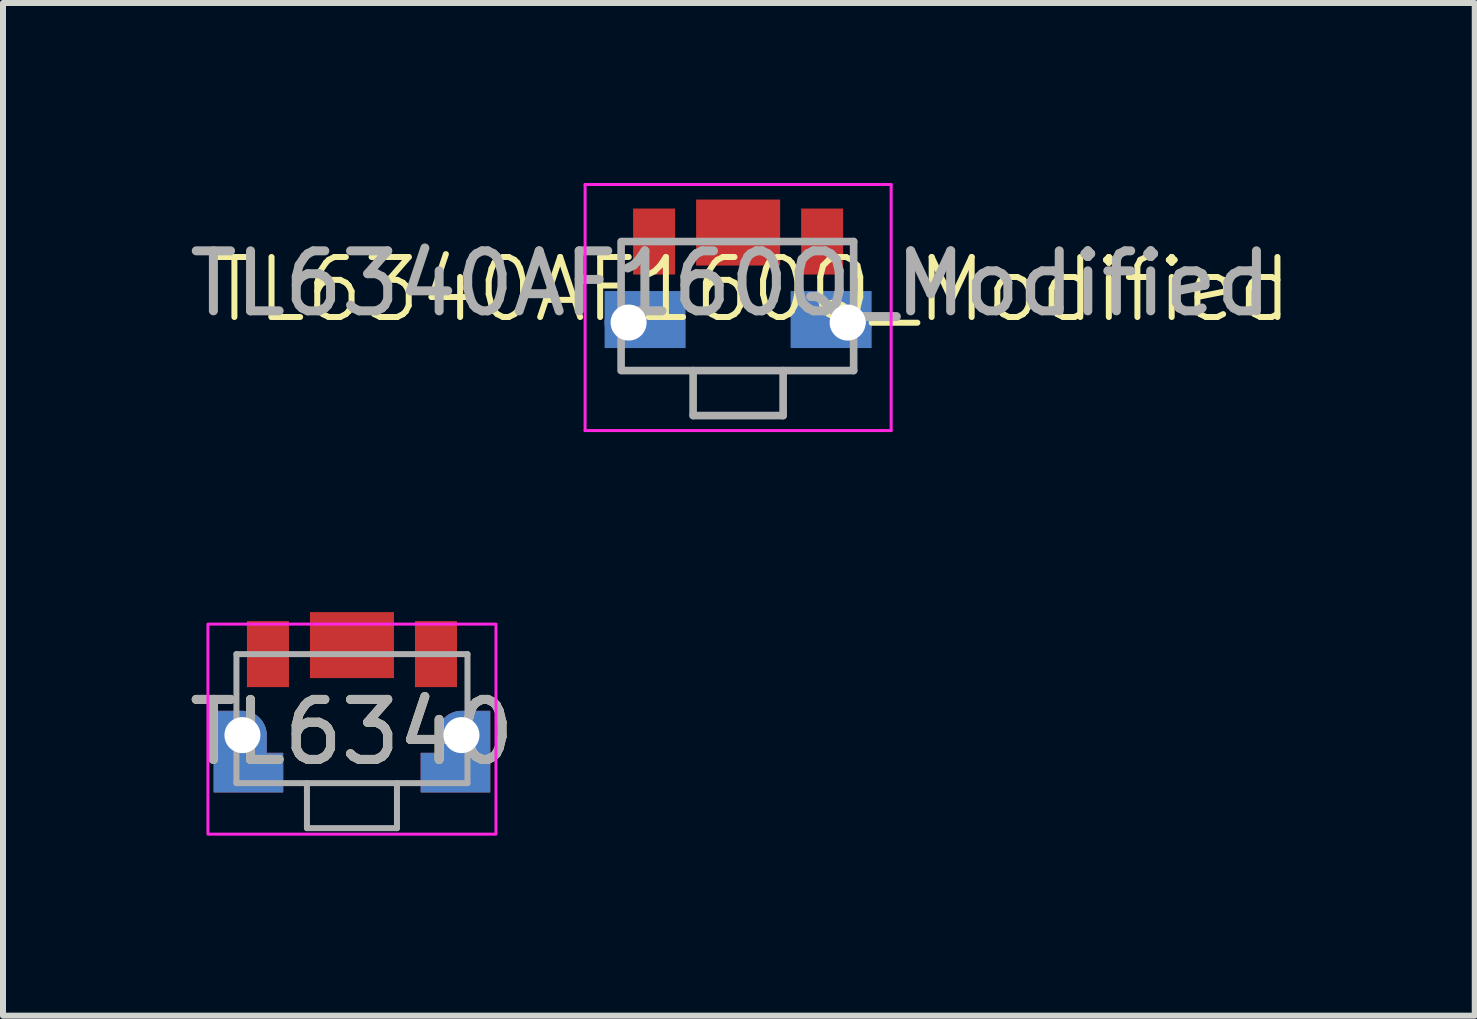
<source format=kicad_pcb>
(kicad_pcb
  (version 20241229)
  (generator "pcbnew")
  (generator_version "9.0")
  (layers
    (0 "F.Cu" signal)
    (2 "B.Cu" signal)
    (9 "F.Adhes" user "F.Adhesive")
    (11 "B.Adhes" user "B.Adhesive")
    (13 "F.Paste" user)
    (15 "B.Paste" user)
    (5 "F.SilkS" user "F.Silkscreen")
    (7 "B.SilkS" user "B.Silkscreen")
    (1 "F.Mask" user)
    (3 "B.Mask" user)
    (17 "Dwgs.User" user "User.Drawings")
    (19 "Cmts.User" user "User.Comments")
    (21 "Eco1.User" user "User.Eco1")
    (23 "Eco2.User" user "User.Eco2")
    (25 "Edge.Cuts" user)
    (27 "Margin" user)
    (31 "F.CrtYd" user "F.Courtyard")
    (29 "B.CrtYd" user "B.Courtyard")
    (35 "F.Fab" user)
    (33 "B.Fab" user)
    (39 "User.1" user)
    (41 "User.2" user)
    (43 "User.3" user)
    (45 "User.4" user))
  (footprint "TL6340"
    (layer "F.Cu")
    (at 2.815 9.15)
    (property "Reference" "TL6340" (at 0 0 0) (unlocked yes) (layer "F.SilkS") (effects (font (size 1 1) (thickness 0.15))))
    (attr smd)
    (fp_poly (pts (xy -1.15 1) (xy -2.3 1) (xy -2.3 -0.35) (xy -1.825 -0.35) (xy -1.804 -0.349) (xy -1.783 -0.348) (xy -1.762 -0.345) (xy -1.742 -0.341) (xy -1.721 -0.336) (xy -1.701 -0.33) (xy -1.682 -0.323) (xy -1.662 -0.315) (xy -1.643 -0.306) (xy -1.625 -0.296) (xy -1.607 -0.285) (xy -1.59 -0.274) (xy -1.573 -0.261) (xy -1.557 -0.247) (xy -1.542 -0.233) (xy -1.528 -0.218) (xy -1.514 -0.202) (xy -1.501 -0.185) (xy -1.49 -0.168) (xy -1.479 -0.15) (xy -1.469 -0.132) (xy -1.46 -0.113) (xy -1.452 -0.093) (xy -1.445 -0.074) (xy -1.439 -0.054) (xy -1.434 -0.033) (xy -1.43 -0.013) (xy -1.427 0.008) (xy -1.426 0.029) (xy -1.425 0.05) (xy -1.425 0.35) (xy -1.15 0.35) (xy -1.15 1)) (stroke (width 0.01) (type solid)) (fill yes) (layer "F.Cu"))
    (fp_poly (pts (xy 2.295 1) (xy 2.3 1) (xy 2.3 -0.35) (xy 1.825 -0.35) (xy 1.804 -0.349) (xy 1.783 -0.348) (xy 1.762 -0.345) (xy 1.742 -0.341) (xy 1.721 -0.336) (xy 1.701 -0.33) (xy 1.682 -0.323) (xy 1.662 -0.315) (xy 1.643 -0.306) (xy 1.625 -0.296) (xy 1.607 -0.285) (xy 1.59 -0.274) (xy 1.573 -0.261) (xy 1.557 -0.247) (xy 1.542 -0.233) (xy 1.528 -0.218) (xy 1.514 -0.202) (xy 1.501 -0.185) (xy 1.49 -0.168) (xy 1.479 -0.15) (xy 1.469 -0.132) (xy 1.46 -0.113) (xy 1.452 -0.093) (xy 1.445 -0.074) (xy 1.439 -0.054) (xy 1.434 -0.033) (xy 1.43 -0.013) (xy 1.427 0.008) (xy 1.426 0.029) (xy 1.425 0.05) (xy 1.425 0.35) (xy 1.15 0.35) (xy 1.15 1) (xy 2.295 1)) (stroke (width 0.01) (type solid)) (fill yes) (layer "F.Cu"))
    (fp_poly (pts (xy -1.325 0.25) (xy -1.05 0.25) (xy -1.05 1.1) (xy -2.4 1.1) (xy -2.4 -0.45) (xy -1.825 -0.45) (xy -1.799 -0.449) (xy -1.773 -0.447) (xy -1.747 -0.444) (xy -1.721 -0.439) (xy -1.696 -0.433) (xy -1.67 -0.426) (xy -1.646 -0.417) (xy -1.622 -0.407) (xy -1.598 -0.396) (xy -1.575 -0.383) (xy -1.553 -0.369) (xy -1.531 -0.355) (xy -1.51 -0.339) (xy -1.49 -0.322) (xy -1.471 -0.304) (xy -1.453 -0.285) (xy -1.436 -0.265) (xy -1.42 -0.244) (xy -1.406 -0.222) (xy -1.392 -0.2) (xy -1.379 -0.177) (xy -1.368 -0.153) (xy -1.358 -0.129) (xy -1.349 -0.105) (xy -1.342 -0.079) (xy -1.336 -0.054) (xy -1.331 -0.028) (xy -1.328 -0.002) (xy -1.326 0.024) (xy -1.325 0.05) (xy -1.325 0.25)) (stroke (width 0.01) (type solid)) (fill yes) (layer "F.Mask"))
    (fp_poly (pts (xy 1.325 0.25) (xy 1.05 0.25) (xy 1.05 1.1) (xy 1.075 1.1) (xy 2.4 1.1) (xy 2.4 -0.45) (xy 1.825 -0.45) (xy 1.799 -0.449) (xy 1.773 -0.447) (xy 1.747 -0.444) (xy 1.721 -0.439) (xy 1.696 -0.433) (xy 1.67 -0.426) (xy 1.646 -0.417) (xy 1.622 -0.407) (xy 1.598 -0.396) (xy 1.575 -0.383) (xy 1.553 -0.369) (xy 1.531 -0.355) (xy 1.51 -0.339) (xy 1.49 -0.322) (xy 1.471 -0.304) (xy 1.453 -0.285) (xy 1.436 -0.265) (xy 1.42 -0.244) (xy 1.406 -0.222) (xy 1.392 -0.2) (xy 1.379 -0.177) (xy 1.368 -0.153) (xy 1.358 -0.129) (xy 1.349 -0.105) (xy 1.342 -0.079) (xy 1.336 -0.054) (xy 1.331 -0.028) (xy 1.328 -0.002) (xy 1.326 0.024) (xy 1.325 0.05) (xy 1.325 0.25)) (stroke (width 0.01) (type solid)) (fill yes) (layer "F.Mask"))
    (fp_poly (pts (xy -1.15 1) (xy -2.3 1) (xy -2.3 -0.35) (xy -1.825 -0.35) (xy -1.804 -0.349) (xy -1.783 -0.348) (xy -1.762 -0.345) (xy -1.742 -0.341) (xy -1.721 -0.336) (xy -1.701 -0.33) (xy -1.682 -0.323) (xy -1.662 -0.315) (xy -1.643 -0.306) (xy -1.625 -0.296) (xy -1.607 -0.285) (xy -1.59 -0.274) (xy -1.573 -0.261) (xy -1.557 -0.247) (xy -1.542 -0.233) (xy -1.528 -0.218) (xy -1.514 -0.202) (xy -1.501 -0.185) (xy -1.49 -0.168) (xy -1.479 -0.15) (xy -1.469 -0.132) (xy -1.46 -0.113) (xy -1.452 -0.093) (xy -1.445 -0.074) (xy -1.439 -0.054) (xy -1.434 -0.033) (xy -1.43 -0.013) (xy -1.427 0.008) (xy -1.426 0.029) (xy -1.425 0.05) (xy -1.425 0.35) (xy -1.15 0.35) (xy -1.15 1)) (stroke (width 0.01) (type solid)) (fill yes) (layer "B.Cu"))
    (fp_poly (pts (xy 1.15 1) (xy 2.3 1) (xy 2.3 -0.35) (xy 1.825 -0.35) (xy 1.804 -0.349) (xy 1.783 -0.348) (xy 1.762 -0.345) (xy 1.742 -0.341) (xy 1.721 -0.336) (xy 1.701 -0.33) (xy 1.682 -0.323) (xy 1.662 -0.315) (xy 1.643 -0.306) (xy 1.625 -0.296) (xy 1.607 -0.285) (xy 1.59 -0.274) (xy 1.573 -0.261) (xy 1.557 -0.247) (xy 1.542 -0.233) (xy 1.528 -0.218) (xy 1.514 -0.202) (xy 1.501 -0.185) (xy 1.49 -0.168) (xy 1.479 -0.15) (xy 1.469 -0.132) (xy 1.46 -0.113) (xy 1.452 -0.093) (xy 1.445 -0.074) (xy 1.439 -0.054) (xy 1.434 -0.033) (xy 1.43 -0.013) (xy 1.427 0.008) (xy 1.426 0.029) (xy 1.425 0.05) (xy 1.425 0.35) (xy 1.15 0.35) (xy 1.15 1)) (stroke (width 0.01) (type solid)) (fill yes) (layer "B.Cu"))
    (fp_poly (pts (xy -1.325 0.25) (xy -1.05 0.25) (xy -1.05 1.1) (xy -2.4 1.1) (xy -2.4 -0.45) (xy -1.825 -0.45) (xy -1.799 -0.449) (xy -1.773 -0.447) (xy -1.747 -0.444) (xy -1.721 -0.439) (xy -1.696 -0.433) (xy -1.67 -0.426) (xy -1.646 -0.417) (xy -1.622 -0.407) (xy -1.598 -0.396) (xy -1.575 -0.383) (xy -1.553 -0.369) (xy -1.531 -0.355) (xy -1.51 -0.339) (xy -1.49 -0.322) (xy -1.471 -0.304) (xy -1.453 -0.285) (xy -1.436 -0.265) (xy -1.42 -0.244) (xy -1.406 -0.222) (xy -1.392 -0.2) (xy -1.379 -0.177) (xy -1.368 -0.153) (xy -1.358 -0.129) (xy -1.349 -0.105) (xy -1.342 -0.079) (xy -1.336 -0.054) (xy -1.331 -0.028) (xy -1.328 -0.002) (xy -1.326 0.024) (xy -1.325 0.05) (xy -1.325 0.25)) (stroke (width 0.01) (type solid)) (fill yes) (layer "B.Mask"))
    (fp_poly (pts (xy 1.325 0.25) (xy 1.05 0.25) (xy 1.05 1.1) (xy 2.4 1.1) (xy 2.4 -0.45) (xy 1.825 -0.45) (xy 1.799 -0.449) (xy 1.773 -0.447) (xy 1.747 -0.444) (xy 1.721 -0.439) (xy 1.696 -0.433) (xy 1.67 -0.426) (xy 1.646 -0.417) (xy 1.622 -0.407) (xy 1.598 -0.396) (xy 1.575 -0.383) (xy 1.553 -0.369) (xy 1.531 -0.355) (xy 1.51 -0.339) (xy 1.49 -0.322) (xy 1.471 -0.304) (xy 1.453 -0.285) (xy 1.436 -0.265) (xy 1.42 -0.244) (xy 1.406 -0.222) (xy 1.392 -0.2) (xy 1.379 -0.177) (xy 1.368 -0.153) (xy 1.358 -0.129) (xy 1.349 -0.105) (xy 1.342 -0.079) (xy 1.336 -0.054) (xy 1.331 -0.028) (xy 1.328 -0.002) (xy 1.326 0.024) (xy 1.325 0.05) (xy 1.325 0.25)) (stroke (width 0.01) (type solid)) (fill yes) (layer "B.Mask"))
    (fp_rect (start -2.4 -1.8) (end 2.4 1.7) (stroke (width 0.05) (type default)) (fill no) (layer "F.CrtYd"))
    (fp_line (start -1.925 -1.3) (end -1.925 0.85) (stroke (width 0.1) (type solid)) (layer "F.Fab"))
    (fp_line (start -0.75 1.6) (end -0.75 0.85) (stroke (width 0.1) (type solid)) (layer "F.Fab"))
    (fp_line (start 0.75 0.85) (end 0.75 1.6) (stroke (width 0.1) (type solid)) (layer "F.Fab"))
    (fp_line (start 0.75 1.6) (end -0.75 1.6) (stroke (width 0.1) (type solid)) (layer "F.Fab"))
    (fp_line (start 1.925 -1.3) (end -1.925 -1.3) (stroke (width 0.1) (type solid)) (layer "F.Fab"))
    (fp_line (start 1.925 0.85) (end -1.925 0.85) (stroke (width 0.1) (type solid)) (layer "F.Fab"))
    (fp_line (start 1.925 0.85) (end 1.925 -1.3) (stroke (width 0.1) (type solid)) (layer "F.Fab"))
    (fp_text user "${REFERENCE}" (at 0 0 0) (unlocked yes) (layer "F.Fab") (effects (font (size 1 1) (thickness 0.15))))
    (pad "1" smd rect (at 1.4 -1.3 180) (size 0.7 1.1) (layers "F.Cu" "F.Mask" "F.Paste"))
    (pad "2" smd rect (at -1.4 -1.3 180) (size 0.7 1.1) (layers "F.Cu" "F.Mask" "F.Paste"))
    (pad "SH" thru_hole circle (at -1.825 0.05 180) (size 0.8 0.8) (drill 0.6) (layers "*.Cu"))
    (pad "SH" smd rect (at 0 -1.45 180) (size 1.4 1.1) (layers "F.Cu" "F.Mask" "F.Paste"))
    (pad "SH" thru_hole circle (at 1.825 0.05 180) (size 0.8 0.8) (drill 0.6) (layers "*.Cu")))
  (footprint "TL6340AF160Q_Modified"
    (layer "F.Cu")
    (at 9.25 2.275)
    (property "Reference" "TL6340AF160Q_Modified" (at 0.225 -0.5 0) (unlocked yes) (layer "F.SilkS") (effects (font (size 1 1) (thickness 0.1))))
    (attr smd)
    (fp_line (start -2.55 -2.25) (end -2.55 1.85) (stroke (width 0.05) (type solid)) (layer "F.CrtYd"))
    (fp_line (start -2.55 1.85) (end 2.55 1.85) (stroke (width 0.05) (type solid)) (layer "F.CrtYd"))
    (fp_line (start 2.55 -2.25) (end -2.55 -2.25) (stroke (width 0.05) (type solid)) (layer "F.CrtYd"))
    (fp_line (start 2.55 1.85) (end 2.55 -2.25) (stroke (width 0.05) (type solid)) (layer "F.CrtYd"))
    (fp_line (start -1.95 -1.3) (end -1.95 0.85) (stroke (width 0.127) (type solid)) (layer "F.Fab"))
    (fp_line (start -0.75 1.6) (end -0.75 0.85) (stroke (width 0.127) (type solid)) (layer "F.Fab"))
    (fp_line (start 0.75 0.85) (end 0.75 1.6) (stroke (width 0.127) (type solid)) (layer "F.Fab"))
    (fp_line (start 0.75 1.6) (end -0.75 1.6) (stroke (width 0.127) (type solid)) (layer "F.Fab"))
    (fp_line (start 1.925 -1.3) (end -1.925 -1.3) (stroke (width 0.127) (type solid)) (layer "F.Fab"))
    (fp_line (start 1.925 0.85) (end -1.925 0.85) (stroke (width 0.127) (type solid)) (layer "F.Fab"))
    (fp_line (start 1.925 0.85) (end 1.925 -1.3) (stroke (width 0.127) (type solid)) (layer "F.Fab"))
    (fp_text user "${REFERENCE}" (at -0.125 -0.6 0) (unlocked yes) (layer "F.Fab") (effects (font (size 1 1) (thickness 0.15))))
    (pad "1" smd rect (at 1.4 -1.3 180) (size 0.7 1.1) (layers "F.Cu" "F.Mask" "F.Paste"))
    (pad "2" smd rect (at -1.4 -1.3 180) (size 0.7 1.1) (layers "F.Cu" "F.Mask" "F.Paste"))
    (pad "SH" thru_hole circle (at -1.825 0.05 180) (size 0.8 0.8) (drill 0.6) (layers "*.Cu"))
    (pad "SH" smd rect (at -1.55 0) (size 1.35 0.95) (layers "B.Cu" "B.Mask" "B.Paste"))
    (pad "SH" smd rect (at 0 -1.45 180) (size 1.4 1.1) (layers "F.Cu" "F.Mask" "F.Paste"))
    (pad "SH" smd rect (at 1.55 0) (size 1.35 0.95) (layers "B.Cu" "B.Mask" "B.Paste"))
    (pad "SH" thru_hole circle (at 1.825 0.05 180) (size 0.8 0.8) (drill 0.6) (layers "*.Cu")))
  (gr_rect
    (start -3 -3)
    (end 21.525 13.875)
    (stroke (width 0.1) (type default))
    (fill no)
    (layer "Edge.Cuts")))
</source>
